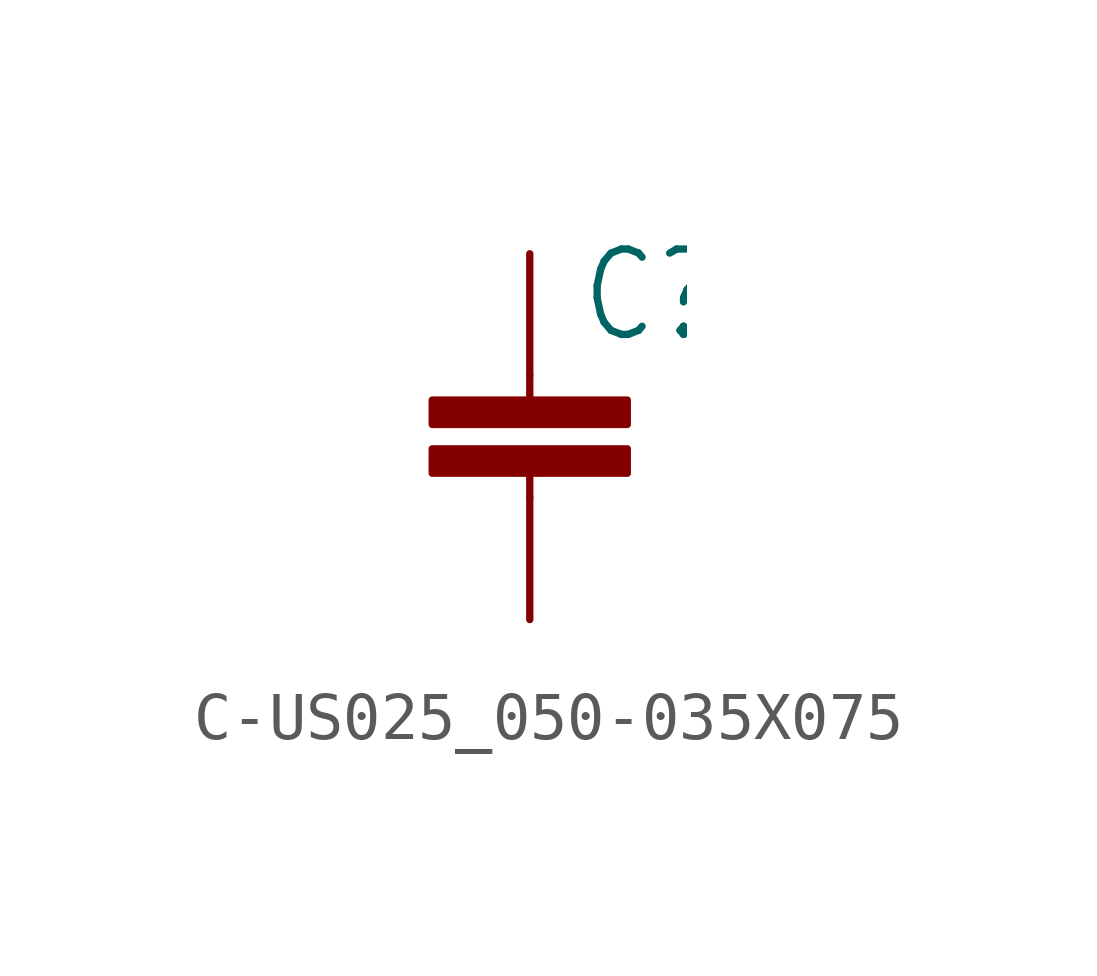
<source format=kicad_sym>
(kicad_symbol_lib
  (version 20231120)
  (generator "kicad_symbol_editor")
  (generator_version "8.99")
  (symbol "C-US025_050-035X075"
    (property "Reference" "C"
      (at 1.016 0.635 0)
      (effects (font (size 1.778 1.511)) (justify left bottom)))
    (property "Value" ""
      (at 1.016 -4.191 0)
      (effects (font (size 1.778 1.511)) (justify left bottom)))
    (property "ki_locked" ""
      (at 0 0 0)
      (effects (font (size 1.27 1.27))))
    (symbol "C-US025_050-035X075_1_0"
      (rectangle (start -2.032 -2.032) (end 2.032 -1.524) (stroke (width 0) (type default)) (fill (type outline)))
      (rectangle (start -2.032 -1.016) (end 2.032 -0.508) (stroke (width 0) (type default)) (fill (type outline)))
      (polyline (pts (xy 0 -2.54) (xy 0 -2.032)) (stroke (width 0.152) (type solid)) (fill (type none)))
      (polyline (pts (xy 0 0) (xy 0 -0.508)) (stroke (width 0.152) (type solid)) (fill (type none)))
      (pin passive line (at 0 2.54 270) (length 2.54) (name "1" (effects (font (size 0 0)))) (number "1" (effects (font (size 0 0)))))
      (pin passive line (at 0 -5.08 90) (length 2.54) (name "2" (effects (font (size 0 0)))) (number "2" (effects (font (size 0 0))))))))
</source>
